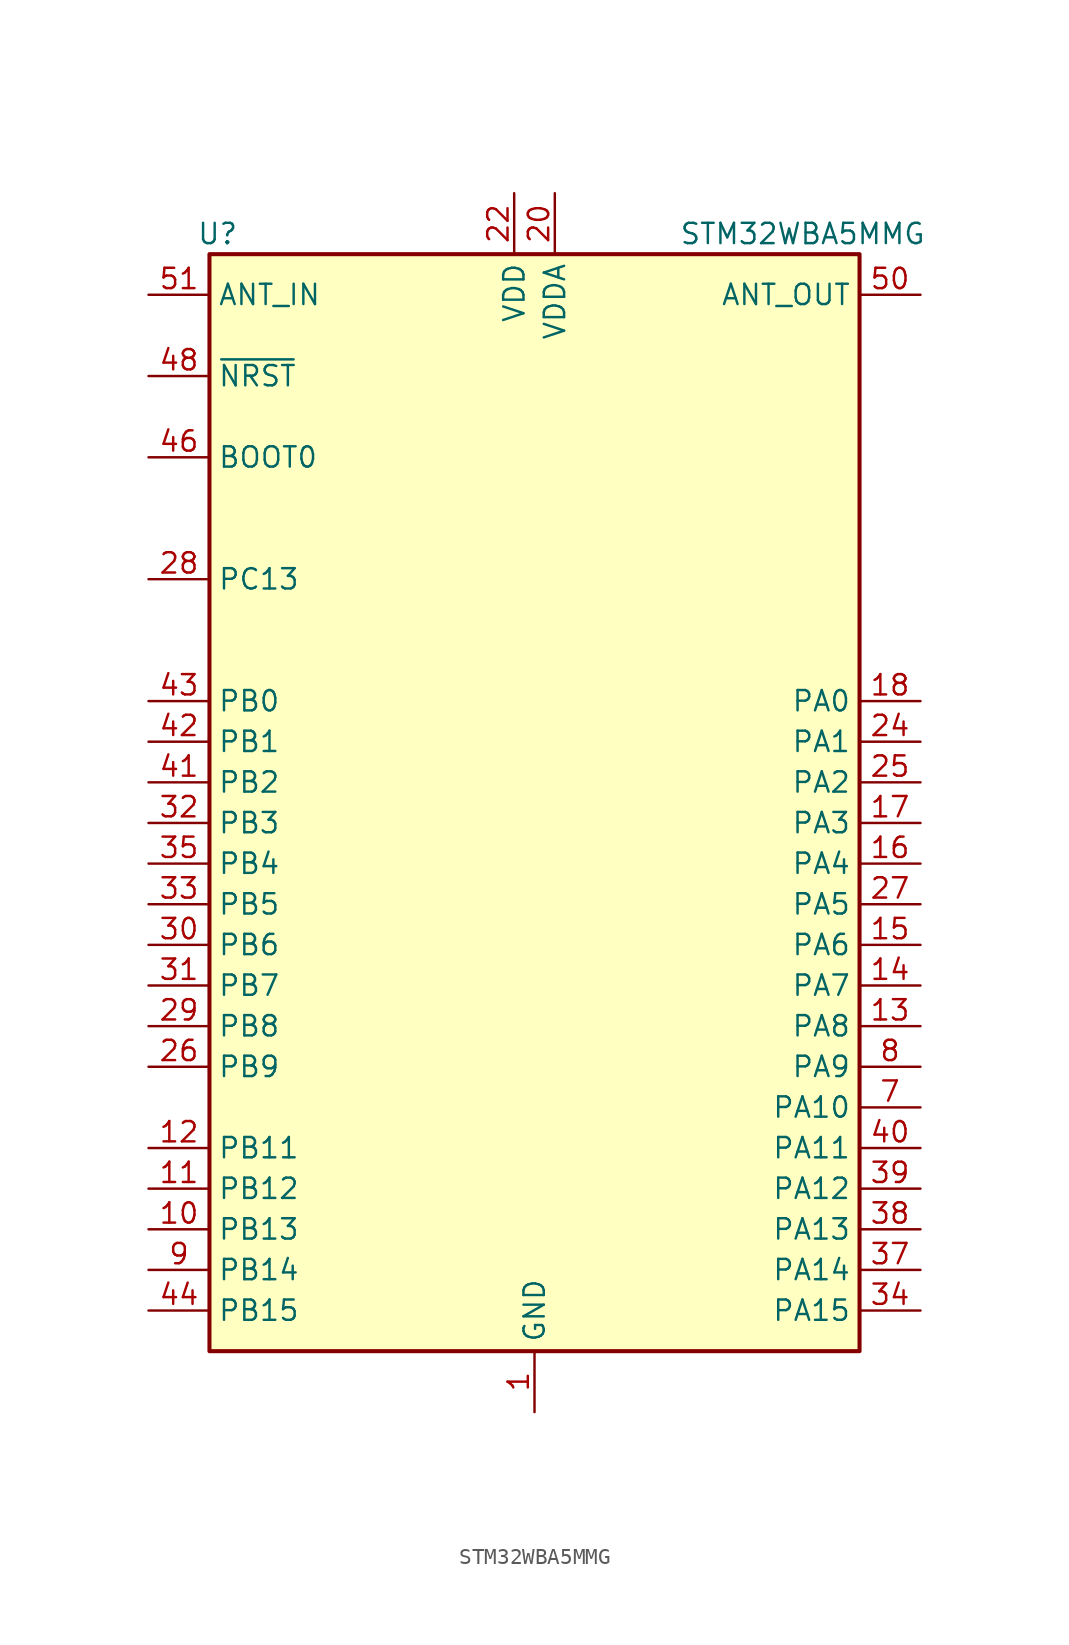
<source format=kicad_sym>
(kicad_symbol_lib
  (version 20241209)
  (generator "kicad_symbol_editor")
  (generator_version "9.0")
  (symbol "STM32WBA5MMG"
    (property "Reference" "U"
      (at -19.812 35.56 0)
      (effects (font (size 1.27 1.27))))
    (property "Value" "STM32WBA5MMG"
      (at 16.764 35.56 0)
      (effects (font (size 1.27 1.27))))
    (symbol "STM32WBA5MMG_0_0"
      (pin power_in line (at 0 -38.1 90) (length 3.81) (name "GND" (effects (font (size 1.27 1.27)))) (number "1" (effects (font (size 1.27 1.27))))))
    (symbol "STM32WBA5MMG_0_1"
      (rectangle (start -20.32 34.29) (end 20.32 -34.29) (stroke (width 0.254) (type default)) (fill (type background))))
    (symbol "STM32WBA5MMG_1_1"
      (pin input line (at -24.13 31.75 0) (length 3.81) (name "ANT_IN" (effects (font (size 1.27 1.27)))) (number "51" (effects (font (size 1.27 1.27)))))
      (pin bidirectional line (at -24.13 26.67 0) (length 3.81) (name "~{NRST}" (effects (font (size 1.27 1.27)))) (number "48" (effects (font (size 1.27 1.27)))))
      (pin bidirectional line (at -24.13 21.59 0) (length 3.81) (name "BOOT0" (effects (font (size 1.27 1.27)))) (number "46" (effects (font (size 1.27 1.27)))))
      (pin bidirectional line (at -24.13 13.97 0) (length 3.81) (name "PC13" (effects (font (size 1.27 1.27)))) (number "28" (effects (font (size 1.27 1.27)))) (alternate "PWR_WKUP2" bidirectional line) (alternate "RTC_OUT1" bidirectional line) (alternate "RTC_TS" bidirectional line) (alternate "TIM1_BKIN2" bidirectional line))
      (pin bidirectional line (at -24.13 6.35 0) (length 3.81) (name "PB0" (effects (font (size 1.27 1.27)))) (number "43" (effects (font (size 1.27 1.27)))) (alternate "LPTIM2_IN2" bidirectional line) (alternate "TIM1_CH3N" bidirectional line) (alternate "USART2_TX" bidirectional line))
      (pin bidirectional line (at -24.13 3.81 0) (length 3.81) (name "PB1" (effects (font (size 1.27 1.27)))) (number "42" (effects (font (size 1.27 1.27)))) (alternate "I2C1_SDA" bidirectional line) (alternate "I2C3_SDA" bidirectional line) (alternate "PWR_WKUP4" bidirectional line) (alternate "TIM1_CH2N" bidirectional line) (alternate "USART2_DE" bidirectional line) (alternate "USART2_RTS" bidirectional line))
      (pin bidirectional line (at -24.13 1.27 0) (length 3.81) (name "PB2" (effects (font (size 1.27 1.27)))) (number "41" (effects (font (size 1.27 1.27)))) (alternate "I2C1_SCL" bidirectional line) (alternate "I2C3_SCL" bidirectional line) (alternate "PWR_WKUP1" bidirectional line) (alternate "RF_ANTSW2" bidirectional line) (alternate "RTC_OUT2" bidirectional line) (alternate "TIM1_CH1N" bidirectional line) (alternate "USART2_CTS" bidirectional line))
      (pin bidirectional line (at -24.13 -1.27 0) (length 3.81) (name "PB3" (effects (font (size 1.27 1.27)))) (number "32" (effects (font (size 1.27 1.27)))) (alternate "DEBUG_JTDO-SWO" bidirectional line) (alternate "I2C1_SDA" bidirectional line) (alternate "LPTIM1_IN2" bidirectional line) (alternate "SPI1_MISO" bidirectional line) (alternate "TIM17_CH1N" bidirectional line) (alternate "TIM1_CH4" bidirectional line) (alternate "USART2_CK" bidirectional line))
      (pin bidirectional line (at -24.13 -3.81 0) (length 3.81) (name "PB4" (effects (font (size 1.27 1.27)))) (number "35" (effects (font (size 1.27 1.27)))) (alternate "DEBUG_JTRST" bidirectional line) (alternate "LPTIM2_IN2" bidirectional line) (alternate "SAI1_MCLK_B" bidirectional line) (alternate "SPI1_SCK" bidirectional line) (alternate "TIM17_CH1" bidirectional line) (alternate "TIM1_CH3" bidirectional line) (alternate "USART2_RX" bidirectional line))
      (pin bidirectional line (at -24.13 -6.35 0) (length 3.81) (name "PB5" (effects (font (size 1.27 1.27)))) (number "33" (effects (font (size 1.27 1.27)))) (alternate "LPUART1_TX" bidirectional line) (alternate "SAI1_D2" bidirectional line) (alternate "SAI1_FS_B" bidirectional line) (alternate "TIM3_CH1" bidirectional line))
      (pin bidirectional line (at -24.13 -8.89 0) (length 3.81) (name "PB6" (effects (font (size 1.27 1.27)))) (number "30" (effects (font (size 1.27 1.27)))) (alternate "PWR_WKUP3" bidirectional line) (alternate "SAI1_SCK_B" bidirectional line) (alternate "TIM2_CH1" bidirectional line) (alternate "TIM2_ETR" bidirectional line))
      (pin bidirectional line (at -24.13 -11.43 0) (length 3.81) (name "PB7" (effects (font (size 1.27 1.27)))) (number "31" (effects (font (size 1.27 1.27)))) (alternate "PWR_WKUP5" bidirectional line) (alternate "SAI1_SD_B" bidirectional line) (alternate "TIM1_CH4N" bidirectional line))
      (pin bidirectional line (at -24.13 -13.97 0) (length 3.81) (name "PB8" (effects (font (size 1.27 1.27)))) (number "29" (effects (font (size 1.27 1.27)))) (alternate "COMP1_OUT" bidirectional line) (alternate "LPTIM1_ETR" bidirectional line) (alternate "PWR_PVD_IN" bidirectional line) (alternate "SPI3_MOSI" bidirectional line) (alternate "TIM16_CH1N" bidirectional line) (alternate "TIM1_CH1" bidirectional line) (alternate "TIM3_ETR" bidirectional line) (alternate "USART2_RX" bidirectional line))
      (pin bidirectional line (at -24.13 -16.51 0) (length 3.81) (name "PB9" (effects (font (size 1.27 1.27)))) (number "26" (effects (font (size 1.27 1.27)))) (alternate "ADC4_IN10" bidirectional line) (alternate "COMP2_INM" bidirectional line) (alternate "IR_OUT" bidirectional line) (alternate "LPTIM2_IN1" bidirectional line) (alternate "LPUART1_DE" bidirectional line) (alternate "LPUART1_RTS" bidirectional line) (alternate "PWR_WKUP8" bidirectional line) (alternate "SPI3_MISO" bidirectional line) (alternate "TIM16_CH1" bidirectional line) (alternate "TIM1_CH3N" bidirectional line) (alternate "TIM3_CH4" bidirectional line))
      (pin bidirectional line (at -24.13 -21.59 0) (length 3.81) (name "PB11" (effects (font (size 1.27 1.27)))) (number "12" (effects (font (size 1.27 1.27)))) (alternate "LPTIM1_CH1" bidirectional line) (alternate "LPTIM1_ETR" bidirectional line) (alternate "LPUART1_TX" bidirectional line))
      (pin bidirectional line (at -24.13 -24.13 0) (length 3.81) (name "PB12" (effects (font (size 1.27 1.27)))) (number "11" (effects (font (size 1.27 1.27)))) (alternate "SAI1_SD_A" bidirectional line) (alternate "SPI1_RDY" bidirectional line) (alternate "TIM2_CH1" bidirectional line) (alternate "TIM2_ETR" bidirectional line) (alternate "TIM3_ETR" bidirectional line) (alternate "TSC_SYNC" bidirectional line) (alternate "USART1_TX" bidirectional line))
      (pin bidirectional line (at -24.13 -26.67 0) (length 3.81) (name "PB13" (effects (font (size 1.27 1.27)))) (number "10" (effects (font (size 1.27 1.27)))) (alternate "TIM3_CH4" bidirectional line))
      (pin bidirectional line (at -24.13 -29.21 0) (length 3.81) (name "PB14" (effects (font (size 1.27 1.27)))) (number "9" (effects (font (size 1.27 1.27)))) (alternate "PWR_WKUP7" bidirectional line) (alternate "RTC_REFIN" bidirectional line) (alternate "SAI1_SD_A" bidirectional line) (alternate "TIM3_CH3" bidirectional line) (alternate "USART1_TX" bidirectional line))
      (pin bidirectional line (at -24.13 -31.75 0) (length 3.81) (name "PB15" (effects (font (size 1.27 1.27)))) (number "44" (effects (font (size 1.27 1.27)))) (alternate "ADC4_EXTI15" bidirectional line) (alternate "DEBUG_JTDI" bidirectional line) (alternate "I2C1_SCL" bidirectional line) (alternate "LPTIM1_CH2" bidirectional line) (alternate "PTA_STATUS" bidirectional line) (alternate "SPI1_MOSI" bidirectional line) (alternate "TIM17_BKIN" bidirectional line) (alternate "TIM1_ETR" bidirectional line) (alternate "USART2_DE" bidirectional line) (alternate "USART2_RTS" bidirectional line))
      (pin power_in line (at -1.27 38.1 270) (length 3.81) (name "VDD" (effects (font (size 1.27 1.27)))) (number "22" (effects (font (size 1.27 1.27)))))
      (pin power_in line (at 0 -38.1 90) (length 3.81) (hide yes) (name "GND" (effects (font (size 1.27 1.27)))) (number "19" (effects (font (size 1.27 1.27)))))
      (pin power_in line (at 0 -38.1 90) (length 3.81) (hide yes) (name "GND" (effects (font (size 1.27 1.27)))) (number "21" (effects (font (size 1.27 1.27)))))
      (pin power_in line (at 0 -38.1 90) (length 3.81) (hide yes) (name "GND" (effects (font (size 1.27 1.27)))) (number "23" (effects (font (size 1.27 1.27)))))
      (pin power_in line (at 0 -38.1 90) (length 3.81) (hide yes) (name "GND" (effects (font (size 1.27 1.27)))) (number "36" (effects (font (size 1.27 1.27)))))
      (pin power_in line (at 0 -38.1 90) (length 3.81) (hide yes) (name "GND" (effects (font (size 1.27 1.27)))) (number "45" (effects (font (size 1.27 1.27)))))
      (pin power_in line (at 0 -38.1 90) (length 3.81) (hide yes) (name "GND" (effects (font (size 1.27 1.27)))) (number "47" (effects (font (size 1.27 1.27)))))
      (pin power_in line (at 0 -38.1 90) (length 3.81) (hide yes) (name "GND" (effects (font (size 1.27 1.27)))) (number "49" (effects (font (size 1.27 1.27)))))
      (pin power_in line (at 0 -38.1 90) (length 3.81) (hide yes) (name "GND" (effects (font (size 1.27 1.27)))) (number "52" (effects (font (size 1.27 1.27)))))
      (pin power_in line (at 0 -38.1 90) (length 3.81) (hide yes) (name "GND" (effects (font (size 1.27 1.27)))) (number "53" (effects (font (size 1.27 1.27)))))
      (pin power_in line (at 0 -38.1 90) (length 3.81) (hide yes) (name "GND" (effects (font (size 1.27 1.27)))) (number "54" (effects (font (size 1.27 1.27)))))
      (pin power_in line (at 0 -38.1 90) (length 3.81) (hide yes) (name "GND" (effects (font (size 1.27 1.27)))) (number "55" (effects (font (size 1.27 1.27)))))
      (pin power_in line (at 0 -38.1 90) (length 3.81) (hide yes) (name "GND" (effects (font (size 1.27 1.27)))) (number "57" (effects (font (size 1.27 1.27)))))
      (pin power_in line (at 0 -38.1 90) (length 3.81) (hide yes) (name "GND" (effects (font (size 1.27 1.27)))) (number "58" (effects (font (size 1.27 1.27)))))
      (pin power_in line (at 0 -38.1 90) (length 3.81) (hide yes) (name "GND" (effects (font (size 1.27 1.27)))) (number "6" (effects (font (size 1.27 1.27)))))
      (pin power_in line (at 0 -38.1 90) (length 3.81) (hide yes) (name "GND" (effects (font (size 1.27 1.27)))) (number "60" (effects (font (size 1.27 1.27)))))
      (pin power_in line (at 0 -38.1 90) (length 3.81) (hide yes) (name "GND" (effects (font (size 1.27 1.27)))) (number "61" (effects (font (size 1.27 1.27)))))
      (pin power_in line (at 0 -38.1 90) (length 3.81) (hide yes) (name "GND" (effects (font (size 1.27 1.27)))) (number "62" (effects (font (size 1.27 1.27)))))
      (pin power_in line (at 0 -38.1 90) (length 3.81) (hide yes) (name "GND" (effects (font (size 1.27 1.27)))) (number "63" (effects (font (size 1.27 1.27)))))
      (pin power_in line (at 0 -38.1 90) (length 3.81) (hide yes) (name "GND" (effects (font (size 1.27 1.27)))) (number "64" (effects (font (size 1.27 1.27)))))
      (pin power_in line (at 0 -38.1 90) (length 3.81) (hide yes) (name "GND" (effects (font (size 1.27 1.27)))) (number "65" (effects (font (size 1.27 1.27)))))
      (pin power_in line (at 0 -38.1 90) (length 3.81) (hide yes) (name "GND" (effects (font (size 1.27 1.27)))) (number "66" (effects (font (size 1.27 1.27)))))
      (pin power_in line (at 0 -38.1 90) (length 3.81) (hide yes) (name "GND" (effects (font (size 1.27 1.27)))) (number "67" (effects (font (size 1.27 1.27)))))
      (pin power_in line (at 0 -38.1 90) (length 3.81) (hide yes) (name "GND" (effects (font (size 1.27 1.27)))) (number "68" (effects (font (size 1.27 1.27)))))
      (pin power_in line (at 0 -38.1 90) (length 3.81) (hide yes) (name "GND" (effects (font (size 1.27 1.27)))) (number "69" (effects (font (size 1.27 1.27)))))
      (pin power_in line (at 0 -38.1 90) (length 3.81) (hide yes) (name "GND" (effects (font (size 1.27 1.27)))) (number "70" (effects (font (size 1.27 1.27)))))
      (pin power_in line (at 0 -38.1 90) (length 3.81) (hide yes) (name "GND" (effects (font (size 1.27 1.27)))) (number "71" (effects (font (size 1.27 1.27)))))
      (pin power_in line (at 0 -38.1 90) (length 3.81) (hide yes) (name "GND" (effects (font (size 1.27 1.27)))) (number "72" (effects (font (size 1.27 1.27)))))
      (pin power_in line (at 0 -38.1 90) (length 3.81) (hide yes) (name "GND" (effects (font (size 1.27 1.27)))) (number "73" (effects (font (size 1.27 1.27)))))
      (pin power_in line (at 0 -38.1 90) (length 3.81) (hide yes) (name "GND" (effects (font (size 1.27 1.27)))) (number "74" (effects (font (size 1.27 1.27)))))
      (pin power_in line (at 0 -38.1 90) (length 3.81) (hide yes) (name "GND" (effects (font (size 1.27 1.27)))) (number "75" (effects (font (size 1.27 1.27)))))
      (pin power_in line (at 0 -38.1 90) (length 3.81) (hide yes) (name "GND" (effects (font (size 1.27 1.27)))) (number "76" (effects (font (size 1.27 1.27)))))
      (pin power_in line (at 1.27 38.1 270) (length 3.81) (name "VDDA" (effects (font (size 1.27 1.27)))) (number "20" (effects (font (size 1.27 1.27)))))
      (pin no_connect line (at 2.54 -34.29 90) (length 3.81) (hide yes) (name "GND" (effects (font (size 1.27 1.27)))) (number "2" (effects (font (size 1.27 1.27)))))
      (pin no_connect line (at 2.54 -34.29 90) (length 3.81) (hide yes) (name "GND" (effects (font (size 1.27 1.27)))) (number "3" (effects (font (size 1.27 1.27)))))
      (pin no_connect line (at 2.54 -34.29 90) (length 3.81) (hide yes) (name "GND" (effects (font (size 1.27 1.27)))) (number "4" (effects (font (size 1.27 1.27)))))
      (pin no_connect line (at 2.54 -34.29 90) (length 3.81) (hide yes) (name "GND" (effects (font (size 1.27 1.27)))) (number "5" (effects (font (size 1.27 1.27)))))
      (pin no_connect line (at 2.54 -34.29 90) (length 3.81) (hide yes) (name "GND" (effects (font (size 1.27 1.27)))) (number "56" (effects (font (size 1.27 1.27)))))
      (pin no_connect line (at 2.54 -34.29 90) (length 3.81) (hide yes) (name "GND" (effects (font (size 1.27 1.27)))) (number "59" (effects (font (size 1.27 1.27)))))
      (pin output line (at 24.13 31.75 180) (length 3.81) (name "ANT_OUT" (effects (font (size 1.27 1.27)))) (number "50" (effects (font (size 1.27 1.27)))))
      (pin bidirectional line (at 24.13 6.35 180) (length 3.81) (name "PA0" (effects (font (size 1.27 1.27)))) (number "18" (effects (font (size 1.27 1.27)))) (alternate "ADC4_IN9" bidirectional line) (alternate "COMP2_INP" bidirectional line) (alternate "LPTIM1_IN1" bidirectional line) (alternate "LPUART1_CTS" bidirectional line) (alternate "PWR_WKUP1" bidirectional line) (alternate "SPI3_SCK" bidirectional line) (alternate "TIM1_CH2N" bidirectional line) (alternate "TIM3_CH3" bidirectional line) (alternate "TIM3_ETR" bidirectional line))
      (pin bidirectional line (at 24.13 3.81 180) (length 3.81) (name "PA1" (effects (font (size 1.27 1.27)))) (number "24" (effects (font (size 1.27 1.27)))) (alternate "ADC4_IN8" bidirectional line) (alternate "COMP1_INM" bidirectional line) (alternate "LPTIM2_CH2" bidirectional line) (alternate "LPUART1_RX" bidirectional line) (alternate "PWR_WKUP3" bidirectional line) (alternate "SAI1_CK1" bidirectional line) (alternate "SPI1_RDY" bidirectional line) (alternate "TIM17_CH1" bidirectional line) (alternate "TIM1_CH1N" bidirectional line) (alternate "TIM3_CH2" bidirectional line) (alternate "USART1_CK" bidirectional line))
      (pin bidirectional line (at 24.13 1.27 180) (length 3.81) (name "PA2" (effects (font (size 1.27 1.27)))) (number "25" (effects (font (size 1.27 1.27)))) (alternate "ADC4_IN7" bidirectional line) (alternate "COMP1_INP" bidirectional line) (alternate "LPUART1_TX" bidirectional line) (alternate "PWR_WKUP4" bidirectional line) (alternate "RCC_LSCO" bidirectional line) (alternate "SAI1_D1" bidirectional line) (alternate "TIM16_CH1" bidirectional line) (alternate "TIM1_BKIN" bidirectional line) (alternate "TIM3_CH1" bidirectional line) (alternate "USART1_DE" bidirectional line) (alternate "USART1_RTS" bidirectional line))
      (pin bidirectional line (at 24.13 -1.27 180) (length 3.81) (name "PA3" (effects (font (size 1.27 1.27)))) (number "17" (effects (font (size 1.27 1.27)))) (alternate "PWR_WKUP5" bidirectional line) (alternate "TIM16_CH1N" bidirectional line) (alternate "USART1_DE" bidirectional line) (alternate "USART1_RTS" bidirectional line))
      (pin bidirectional line (at 24.13 -3.81 180) (length 3.81) (name "PA4" (effects (font (size 1.27 1.27)))) (number "16" (effects (font (size 1.27 1.27)))) (alternate "AUDIOCLK" bidirectional line) (alternate "PWR_WKUP2" bidirectional line) (alternate "TIM16_CH1" bidirectional line) (alternate "USART1_CTS" bidirectional line))
      (pin bidirectional line (at 24.13 -6.35 180) (length 3.81) (name "PA5" (effects (font (size 1.27 1.27)))) (number "27" (effects (font (size 1.27 1.27)))) (alternate "ADC4_IN4" bidirectional line) (alternate "AUDIOCLK" bidirectional line) (alternate "LPTIM2_ETR" bidirectional line) (alternate "PWR_CSLEEP" bidirectional line) (alternate "PWR_WKUP6" bidirectional line) (alternate "SAI1_D2" bidirectional line) (alternate "SPI3_NSS" bidirectional line) (alternate "TIM2_CH1" bidirectional line) (alternate "TIM2_ETR" bidirectional line) (alternate "USART1_CK" bidirectional line))
      (pin bidirectional line (at 24.13 -8.89 180) (length 3.81) (name "PA6" (effects (font (size 1.27 1.27)))) (number "15" (effects (font (size 1.27 1.27)))) (alternate "ADC4_IN3" bidirectional line) (alternate "I2C3_SCL" bidirectional line) (alternate "PWR_CSTOP" bidirectional line) (alternate "PWR_WKUP7" bidirectional line) (alternate "SAI1_CK2" bidirectional line) (alternate "SAI1_MCLK_A" bidirectional line) (alternate "SPI3_RDY" bidirectional line) (alternate "TIM2_CH4" bidirectional line) (alternate "USART1_DE" bidirectional line) (alternate "USART1_RTS" bidirectional line))
      (pin bidirectional line (at 24.13 -11.43 180) (length 3.81) (name "PA7" (effects (font (size 1.27 1.27)))) (number "14" (effects (font (size 1.27 1.27)))) (alternate "ADC4_IN2" bidirectional line) (alternate "COMP1_OUT" bidirectional line) (alternate "I2C3_SDA" bidirectional line) (alternate "PWR_WKUP8" bidirectional line) (alternate "SAI1_SCK_A" bidirectional line) (alternate "TIM2_CH3" bidirectional line) (alternate "USART1_CTS" bidirectional line))
      (pin bidirectional line (at 24.13 -13.97 180) (length 3.81) (name "PA8" (effects (font (size 1.27 1.27)))) (number "13" (effects (font (size 1.27 1.27)))) (alternate "ADC4_IN1" bidirectional line) (alternate "LPTIM1_CH2" bidirectional line) (alternate "RCC_MCO" bidirectional line) (alternate "SAI1_FS_A" bidirectional line) (alternate "SPI3_RDY" bidirectional line) (alternate "TIM2_CH2" bidirectional line) (alternate "USART1_RX" bidirectional line))
      (pin bidirectional line (at 24.13 -16.51 180) (length 3.81) (name "PA9" (effects (font (size 1.27 1.27)))) (number "8" (effects (font (size 1.27 1.27)))) (alternate "LPUART1_DE" bidirectional line) (alternate "LPUART1_RTS" bidirectional line) (alternate "SAI1_CK1" bidirectional line) (alternate "TIM3_CH2" bidirectional line))
      (pin bidirectional line (at 24.13 -19.05 180) (length 3.81) (name "PA10" (effects (font (size 1.27 1.27)))) (number "7" (effects (font (size 1.27 1.27)))) (alternate "LPUART1_RX" bidirectional line) (alternate "SAI1_D1" bidirectional line) (alternate "TIM3_CH1" bidirectional line))
      (pin bidirectional line (at 24.13 -21.59 180) (length 3.81) (name "PA11" (effects (font (size 1.27 1.27)))) (number "40" (effects (font (size 1.27 1.27)))) (alternate "LPTIM2_CH1" bidirectional line) (alternate "TIM1_CH1" bidirectional line) (alternate "USART2_RX" bidirectional line))
      (pin bidirectional line (at 24.13 -24.13 180) (length 3.81) (name "PA12" (effects (font (size 1.27 1.27)))) (number "39" (effects (font (size 1.27 1.27)))) (alternate "COMP2_OUT" bidirectional line) (alternate "PTA_STATUS" bidirectional line) (alternate "PWR_WKUP6" bidirectional line) (alternate "SPI1_NSS" bidirectional line) (alternate "TIM1_CH2" bidirectional line) (alternate "USART2_TX" bidirectional line))
      (pin bidirectional line (at 24.13 -26.67 180) (length 3.81) (name "PA13" (effects (font (size 1.27 1.27)))) (number "38" (effects (font (size 1.27 1.27)))) (alternate "DEBUG_JTMS-SWDIO" bidirectional line) (alternate "IR_OUT" bidirectional line) (alternate "PTA_PRIORITY" bidirectional line))
      (pin bidirectional line (at 24.13 -29.21 180) (length 3.81) (name "PA14" (effects (font (size 1.27 1.27)))) (number "37" (effects (font (size 1.27 1.27)))) (alternate "COMP2_OUT" bidirectional line) (alternate "DEBUG_JTCK-SWCLK" bidirectional line) (alternate "PTA_STATUS" bidirectional line) (alternate "USART2_TX" bidirectional line))
      (pin bidirectional line (at 24.13 -31.75 180) (length 3.81) (name "PA15" (effects (font (size 1.27 1.27)))) (number "34" (effects (font (size 1.27 1.27)))) (alternate "ADC4_EXTI15" bidirectional line) (alternate "DEBUG_JTDI" bidirectional line) (alternate "I2C1_SCL" bidirectional line) (alternate "LPTIM1_CH2" bidirectional line) (alternate "PTA_STATUS" bidirectional line) (alternate "SPI1_MOSI" bidirectional line) (alternate "TIM17_BKIN" bidirectional line) (alternate "TIM1_ETR" bidirectional line) (alternate "USART2_DE" bidirectional line) (alternate "USART2_RTS" bidirectional line)))))
</source>
